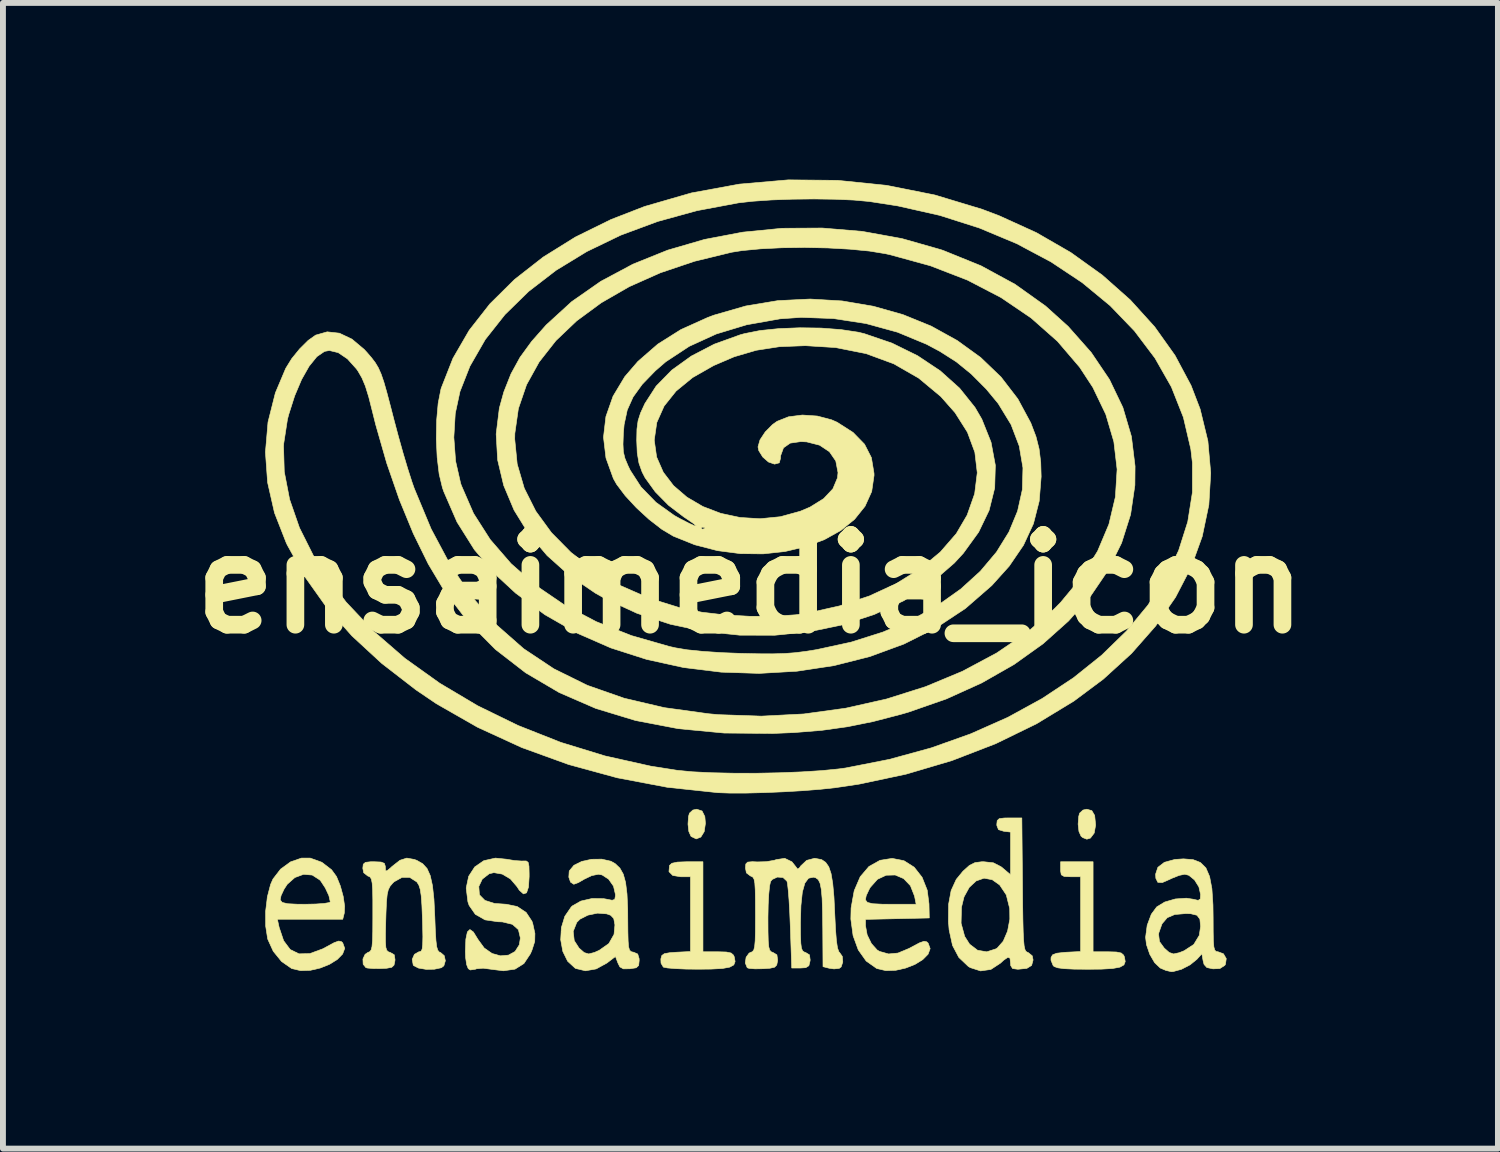
<source format=kicad_pcb>
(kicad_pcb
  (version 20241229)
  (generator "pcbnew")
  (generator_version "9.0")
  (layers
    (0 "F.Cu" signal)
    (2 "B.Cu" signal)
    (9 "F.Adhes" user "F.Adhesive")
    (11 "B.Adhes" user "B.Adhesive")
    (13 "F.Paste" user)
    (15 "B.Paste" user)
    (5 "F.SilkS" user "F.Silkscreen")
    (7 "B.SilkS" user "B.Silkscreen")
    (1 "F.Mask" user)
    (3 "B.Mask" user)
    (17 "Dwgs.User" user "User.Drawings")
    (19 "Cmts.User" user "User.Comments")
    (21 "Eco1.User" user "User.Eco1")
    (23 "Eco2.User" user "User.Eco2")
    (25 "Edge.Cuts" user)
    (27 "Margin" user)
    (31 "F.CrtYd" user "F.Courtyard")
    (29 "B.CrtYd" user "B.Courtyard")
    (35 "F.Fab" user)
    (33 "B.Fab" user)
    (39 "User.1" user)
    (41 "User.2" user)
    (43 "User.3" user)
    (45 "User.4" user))
  (footprint "ensaimedia_icon"
    (layer "F.Cu")
    (at 9.696 6.871)
    (property "Reference" "ensaimedia_icon" (at 0 0 0) (layer "F.SilkS") (effects (font (size 1.524 1.524) (thickness 0.3))))
    (attr through_hole)
    (fp_poly (pts (xy -0.822 3.853) (xy -0.775 3.947) (xy -0.765 4.063) (xy -0.786 4.204) (xy -0.843 4.296) (xy -0.921 4.327) (xy -1.007 4.286) (xy -1.011 4.281) (xy -1.047 4.201) (xy -1.061 4.076) (xy -1.052 3.946) (xy -1.036 3.89) (xy -0.978 3.837) (xy -0.913 3.823) (xy -0.822 3.853)) (stroke (width 0.01) (type solid)) (fill yes) (layer "F.SilkS"))
    (fp_poly (pts (xy 5.798 3.847) (xy 5.846 3.929) (xy 5.861 4.08) (xy 5.862 4.094) (xy 5.838 4.228) (xy 5.774 4.313) (xy 5.713 4.332) (xy 5.644 4.305) (xy 5.615 4.281) (xy 5.579 4.201) (xy 5.565 4.076) (xy 5.575 3.946) (xy 5.59 3.89) (xy 5.648 3.837) (xy 5.713 3.823) (xy 5.798 3.847)) (stroke (width 0.01) (type solid)) (fill yes) (layer "F.SilkS"))
    (fp_poly (pts (xy 5.819 6.244) (xy 6.071 6.244) (xy 6.216 6.248) (xy 6.297 6.265) (xy 6.338 6.301) (xy 6.351 6.331) (xy 6.365 6.41) (xy 6.343 6.467) (xy 6.275 6.505) (xy 6.151 6.528) (xy 5.961 6.539) (xy 5.734 6.541) (xy 5.495 6.539) (xy 5.328 6.531) (xy 5.221 6.517) (xy 5.159 6.495) (xy 5.141 6.479) (xy 5.104 6.388) (xy 5.105 6.341) (xy 5.131 6.296) (xy 5.2 6.269) (xy 5.331 6.254) (xy 5.363 6.252) (xy 5.607 6.24) (xy 5.607 4.97) (xy 5.437 4.97) (xy 5.328 4.965) (xy 5.279 4.937) (xy 5.267 4.87) (xy 5.267 4.842) (xy 5.267 4.715) (xy 5.819 4.715) (xy 5.819 6.244)) (stroke (width 0.01) (type solid)) (fill yes) (layer "F.SilkS"))
    (fp_poly (pts (xy -0.807 6.244) (xy -0.555 6.244) (xy -0.41 6.248) (xy -0.329 6.265) (xy -0.288 6.301) (xy -0.275 6.331) (xy -0.261 6.41) (xy -0.283 6.467) (xy -0.352 6.505) (xy -0.477 6.528) (xy -0.668 6.538) (xy -0.887 6.54) (xy -1.095 6.538) (xy -1.276 6.53) (xy -1.409 6.519) (xy -1.478 6.505) (xy -1.48 6.504) (xy -1.519 6.438) (xy -1.522 6.366) (xy -1.506 6.308) (xy -1.462 6.276) (xy -1.371 6.26) (xy -1.264 6.252) (xy -1.019 6.24) (xy -1.019 4.97) (xy -1.185 4.97) (xy -1.32 4.948) (xy -1.384 4.883) (xy -1.375 4.779) (xy -1.375 4.778) (xy -1.335 4.741) (xy -1.241 4.721) (xy -1.079 4.715) (xy -0.807 4.715) (xy -0.807 6.244)) (stroke (width 0.01) (type solid)) (fill yes) (layer "F.SilkS"))
    (fp_poly (pts (xy 2.608 4.698) (xy 2.781 4.808) (xy 2.915 4.979) (xy 3.002 5.198) (xy 3.032 5.431) (xy 3.037 5.67) (xy 2.495 5.682) (xy 1.954 5.694) (xy 1.954 5.803) (xy 1.982 5.957) (xy 2.054 6.105) (xy 2.152 6.214) (xy 2.192 6.238) (xy 2.345 6.281) (xy 2.505 6.266) (xy 2.692 6.188) (xy 2.743 6.161) (xy 2.87 6.093) (xy 2.947 6.066) (xy 2.994 6.075) (xy 3.018 6.098) (xy 3.052 6.191) (xy 3.016 6.286) (xy 2.925 6.378) (xy 2.793 6.459) (xy 2.635 6.521) (xy 2.466 6.559) (xy 2.299 6.564) (xy 2.151 6.53) (xy 2.14 6.525) (xy 1.965 6.401) (xy 1.831 6.212) (xy 1.743 5.97) (xy 1.705 5.688) (xy 1.709 5.501) (xy 1.734 5.362) (xy 1.952 5.362) (xy 1.986 5.406) (xy 2.076 5.428) (xy 2.235 5.436) (xy 2.384 5.437) (xy 2.814 5.437) (xy 2.787 5.3) (xy 2.717 5.122) (xy 2.601 5.001) (xy 2.458 4.94) (xy 2.304 4.944) (xy 2.157 5.013) (xy 2.035 5.15) (xy 2.017 5.182) (xy 1.966 5.29) (xy 1.952 5.362) (xy 1.734 5.362) (xy 1.762 5.207) (xy 1.864 4.97) (xy 2.012 4.796) (xy 2.201 4.69) (xy 2.407 4.658) (xy 2.608 4.698)) (stroke (width 0.01) (type solid)) (fill yes) (layer "F.SilkS"))
    (fp_poly (pts (xy -7.28 4.724) (xy -7.115 4.851) (xy -7.031 4.966) (xy -6.966 5.125) (xy -6.917 5.304) (xy -6.893 5.469) (xy -6.898 5.585) (xy -6.925 5.692) (xy -8.035 5.692) (xy -8.005 5.83) (xy -7.929 6.056) (xy -7.817 6.206) (xy -7.668 6.279) (xy -7.484 6.275) (xy -7.264 6.194) (xy -7.199 6.159) (xy -7.072 6.09) (xy -6.994 6.062) (xy -6.947 6.072) (xy -6.925 6.093) (xy -6.891 6.186) (xy -6.927 6.282) (xy -7.018 6.375) (xy -7.15 6.457) (xy -7.307 6.52) (xy -7.475 6.559) (xy -7.641 6.564) (xy -7.788 6.53) (xy -7.796 6.526) (xy -7.964 6.409) (xy -8.105 6.235) (xy -8.198 6.031) (xy -8.201 6.019) (xy -8.234 5.806) (xy -8.235 5.56) (xy -8.211 5.363) (xy -7.987 5.363) (xy -7.953 5.406) (xy -7.861 5.428) (xy -7.701 5.436) (xy -7.561 5.437) (xy -7.381 5.433) (xy -7.239 5.423) (xy -7.153 5.408) (xy -7.136 5.397) (xy -7.16 5.291) (xy -7.221 5.16) (xy -7.298 5.043) (xy -7.316 5.023) (xy -7.443 4.941) (xy -7.591 4.929) (xy -7.738 4.983) (xy -7.867 5.097) (xy -7.922 5.182) (xy -7.973 5.291) (xy -7.987 5.363) (xy -8.211 5.363) (xy -8.206 5.314) (xy -8.15 5.1) (xy -8.11 5.009) (xy -7.98 4.84) (xy -7.811 4.717) (xy -7.626 4.653) (xy -7.477 4.653) (xy -7.28 4.724)) (stroke (width 0.01) (type solid)) (fill yes) (layer "F.SilkS"))
    (fp_poly (pts (xy -4.144 4.672) (xy -4.006 4.695) (xy -3.884 4.703) (xy -3.865 4.702) (xy -3.808 4.702) (xy -3.776 4.725) (xy -3.762 4.791) (xy -3.759 4.918) (xy -3.759 4.969) (xy -3.77 5.145) (xy -3.803 5.243) (xy -3.856 5.261) (xy -3.926 5.198) (xy -3.965 5.138) (xy -4.076 5.008) (xy -4.215 4.925) (xy -4.358 4.9) (xy -4.438 4.919) (xy -4.555 5.01) (xy -4.614 5.135) (xy -4.604 5.268) (xy -4.598 5.282) (xy -4.511 5.371) (xy -4.349 5.423) (xy -4.147 5.437) (xy -3.963 5.475) (xy -3.81 5.576) (xy -3.711 5.726) (xy -3.698 5.764) (xy -3.661 5.933) (xy -3.664 6.069) (xy -3.711 6.216) (xy -3.737 6.277) (xy -3.848 6.444) (xy -3.999 6.539) (xy -4.196 6.567) (xy -4.366 6.546) (xy -4.54 6.523) (xy -4.654 6.533) (xy -4.67 6.54) (xy -4.759 6.553) (xy -4.793 6.531) (xy -4.82 6.464) (xy -4.838 6.342) (xy -4.842 6.239) (xy -4.834 6.031) (xy -4.808 5.907) (xy -4.765 5.866) (xy -4.706 5.908) (xy -4.629 6.033) (xy -4.628 6.035) (xy -4.522 6.18) (xy -4.389 6.273) (xy -4.246 6.313) (xy -4.11 6.301) (xy -3.998 6.239) (xy -3.926 6.126) (xy -3.908 6.01) (xy -3.941 5.869) (xy -4.043 5.778) (xy -4.213 5.737) (xy -4.289 5.734) (xy -4.508 5.702) (xy -4.673 5.608) (xy -4.778 5.457) (xy -4.799 5.396) (xy -4.828 5.162) (xy -4.786 4.962) (xy -4.683 4.803) (xy -4.529 4.697) (xy -4.332 4.653) (xy -4.144 4.672)) (stroke (width 0.01) (type solid)) (fill yes) (layer "F.SilkS"))
    (fp_poly (pts (xy 4.62 5.103) (xy 4.623 5.442) (xy 4.627 5.706) (xy 4.632 5.905) (xy 4.639 6.047) (xy 4.648 6.143) (xy 4.661 6.203) (xy 4.678 6.236) (xy 4.7 6.251) (xy 4.715 6.256) (xy 4.786 6.313) (xy 4.8 6.384) (xy 4.775 6.476) (xy 4.694 6.526) (xy 4.544 6.541) (xy 4.541 6.541) (xy 4.452 6.529) (xy 4.42 6.478) (xy 4.417 6.435) (xy 4.408 6.353) (xy 4.373 6.337) (xy 4.3 6.387) (xy 4.246 6.437) (xy 4.083 6.544) (xy 3.908 6.569) (xy 3.733 6.513) (xy 3.699 6.492) (xy 3.539 6.34) (xy 3.432 6.137) (xy 3.374 5.872) (xy 3.365 5.759) (xy 3.577 5.759) (xy 3.638 5.983) (xy 3.722 6.115) (xy 3.857 6.218) (xy 4.013 6.245) (xy 4.17 6.194) (xy 4.192 6.18) (xy 4.293 6.065) (xy 4.367 5.893) (xy 4.405 5.691) (xy 4.403 5.511) (xy 4.345 5.278) (xy 4.232 5.109) (xy 4.106 5.02) (xy 3.967 4.994) (xy 3.833 5.041) (xy 3.716 5.15) (xy 3.627 5.312) (xy 3.584 5.487) (xy 3.577 5.759) (xy 3.365 5.759) (xy 3.362 5.733) (xy 3.365 5.438) (xy 3.408 5.205) (xy 3.495 5.015) (xy 3.609 4.876) (xy 3.719 4.777) (xy 3.813 4.73) (xy 3.929 4.715) (xy 3.963 4.715) (xy 4.126 4.733) (xy 4.255 4.799) (xy 4.287 4.825) (xy 4.417 4.935) (xy 4.417 4.211) (xy 4.301 4.197) (xy 4.213 4.17) (xy 4.185 4.101) (xy 4.184 4.078) (xy 4.191 4.015) (xy 4.226 3.983) (xy 4.311 3.972) (xy 4.396 3.971) (xy 4.609 3.971) (xy 4.62 5.103)) (stroke (width 0.01) (type solid)) (fill yes) (layer "F.SilkS"))
    (fp_poly (pts (xy 7.517 4.679) (xy 7.642 4.728) (xy 7.735 4.82) (xy 7.798 4.966) (xy 7.837 5.172) (xy 7.855 5.448) (xy 7.858 5.669) (xy 7.859 5.9) (xy 7.862 6.059) (xy 7.87 6.16) (xy 7.885 6.215) (xy 7.908 6.239) (xy 7.941 6.244) (xy 7.941 6.244) (xy 8.033 6.278) (xy 8.081 6.36) (xy 8.067 6.457) (xy 8.056 6.475) (xy 7.972 6.529) (xy 7.856 6.534) (xy 7.752 6.512) (xy 7.704 6.459) (xy 7.688 6.398) (xy 7.667 6.277) (xy 7.582 6.372) (xy 7.466 6.466) (xy 7.319 6.542) (xy 7.179 6.58) (xy 7.148 6.582) (xy 7.056 6.561) (xy 6.96 6.52) (xy 6.865 6.43) (xy 6.782 6.287) (xy 6.726 6.123) (xy 6.711 5.999) (xy 6.719 5.938) (xy 6.93 5.938) (xy 6.947 6.071) (xy 7.028 6.182) (xy 7.112 6.256) (xy 7.186 6.281) (xy 7.282 6.26) (xy 7.365 6.227) (xy 7.529 6.12) (xy 7.623 5.965) (xy 7.645 5.812) (xy 7.633 5.69) (xy 7.584 5.624) (xy 7.479 5.598) (xy 7.395 5.595) (xy 7.206 5.611) (xy 7.079 5.665) (xy 6.994 5.764) (xy 6.987 5.777) (xy 6.93 5.938) (xy 6.719 5.938) (xy 6.738 5.794) (xy 6.808 5.607) (xy 6.9 5.482) (xy 7.036 5.399) (xy 7.216 5.347) (xy 7.403 5.334) (xy 7.515 5.351) (xy 7.604 5.371) (xy 7.64 5.347) (xy 7.645 5.27) (xy 7.616 5.142) (xy 7.542 5.024) (xy 7.445 4.945) (xy 7.376 4.927) (xy 7.28 4.947) (xy 7.157 4.996) (xy 7.122 5.013) (xy 6.994 5.069) (xy 6.919 5.065) (xy 6.885 4.996) (xy 6.881 4.926) (xy 6.92 4.809) (xy 7.031 4.724) (xy 7.208 4.676) (xy 7.354 4.666) (xy 7.517 4.679)) (stroke (width 0.01) (type solid)) (fill yes) (layer "F.SilkS"))
    (fp_poly (pts (xy -2.369 4.707) (xy -2.298 4.747) (xy -2.218 4.823) (xy -2.16 4.926) (xy -2.121 5.067) (xy -2.097 5.261) (xy -2.085 5.519) (xy -2.084 5.678) (xy -2.082 5.905) (xy -2.078 6.061) (xy -2.07 6.16) (xy -2.054 6.215) (xy -2.029 6.241) (xy -1.992 6.251) (xy -1.986 6.251) (xy -1.915 6.282) (xy -1.891 6.361) (xy -1.89 6.392) (xy -1.899 6.477) (xy -1.941 6.516) (xy -2.042 6.532) (xy -2.049 6.533) (xy -2.159 6.534) (xy -2.218 6.501) (xy -2.251 6.435) (xy -2.293 6.324) (xy -2.438 6.435) (xy -2.62 6.535) (xy -2.803 6.567) (xy -2.967 6.528) (xy -2.978 6.522) (xy -3.105 6.405) (xy -3.187 6.238) (xy -3.223 6.04) (xy -3.215 5.898) (xy -3.011 5.898) (xy -2.993 6.055) (xy -2.911 6.182) (xy -2.824 6.258) (xy -2.747 6.281) (xy -2.648 6.255) (xy -2.568 6.219) (xy -2.405 6.104) (xy -2.317 5.949) (xy -2.302 5.788) (xy -2.322 5.679) (xy -2.374 5.624) (xy -2.442 5.6) (xy -2.598 5.588) (xy -2.761 5.622) (xy -2.897 5.691) (xy -2.95 5.745) (xy -3.011 5.898) (xy -3.215 5.898) (xy -3.212 5.835) (xy -3.153 5.642) (xy -3.045 5.484) (xy -3.025 5.465) (xy -2.881 5.383) (xy -2.694 5.34) (xy -2.5 5.341) (xy -2.453 5.349) (xy -2.35 5.369) (xy -2.305 5.355) (xy -2.294 5.296) (xy -2.294 5.268) (xy -2.326 5.13) (xy -2.409 5.011) (xy -2.52 4.939) (xy -2.583 4.927) (xy -2.698 4.951) (xy -2.819 5.009) (xy -2.825 5.012) (xy -2.923 5.069) (xy -2.996 5.096) (xy -3.002 5.097) (xy -3.056 5.061) (xy -3.085 4.977) (xy -3.079 4.88) (xy -3.075 4.868) (xy -2.998 4.775) (xy -2.864 4.709) (xy -2.698 4.673) (xy -2.525 4.671) (xy -2.369 4.707)) (stroke (width 0.01) (type solid)) (fill yes) (layer "F.SilkS"))
    (fp_poly (pts (xy -5.709 4.676) (xy -5.666 4.692) (xy -5.568 4.748) (xy -5.493 4.83) (xy -5.439 4.95) (xy -5.401 5.12) (xy -5.376 5.35) (xy -5.361 5.654) (xy -5.361 5.656) (xy -5.352 5.89) (xy -5.342 6.053) (xy -5.329 6.158) (xy -5.311 6.218) (xy -5.286 6.248) (xy -5.262 6.258) (xy -5.201 6.31) (xy -5.182 6.397) (xy -5.207 6.481) (xy -5.249 6.515) (xy -5.372 6.541) (xy -5.512 6.542) (xy -5.638 6.521) (xy -5.719 6.48) (xy -5.728 6.468) (xy -5.745 6.373) (xy -5.707 6.287) (xy -5.631 6.244) (xy -5.621 6.244) (xy -5.594 6.234) (xy -5.576 6.198) (xy -5.567 6.12) (xy -5.564 5.99) (xy -5.568 5.792) (xy -5.571 5.694) (xy -5.58 5.46) (xy -5.592 5.294) (xy -5.609 5.183) (xy -5.633 5.11) (xy -5.666 5.059) (xy -5.668 5.057) (xy -5.786 4.982) (xy -5.921 4.982) (xy -6.052 5.055) (xy -6.077 5.079) (xy -6.121 5.131) (xy -6.151 5.19) (xy -6.17 5.272) (xy -6.182 5.395) (xy -6.19 5.576) (xy -6.194 5.71) (xy -6.199 5.928) (xy -6.199 6.076) (xy -6.193 6.169) (xy -6.177 6.22) (xy -6.15 6.245) (xy -6.117 6.256) (xy -6.05 6.295) (xy -6.037 6.378) (xy -6.039 6.4) (xy -6.054 6.471) (xy -6.093 6.508) (xy -6.179 6.524) (xy -6.265 6.528) (xy -6.399 6.529) (xy -6.501 6.521) (xy -6.531 6.514) (xy -6.578 6.456) (xy -6.582 6.367) (xy -6.545 6.287) (xy -6.499 6.256) (xy -6.466 6.243) (xy -6.443 6.214) (xy -6.428 6.156) (xy -6.419 6.056) (xy -6.415 5.901) (xy -6.414 5.677) (xy -6.414 5.607) (xy -6.414 5.363) (xy -6.417 5.192) (xy -6.425 5.079) (xy -6.438 5.012) (xy -6.459 4.976) (xy -6.489 4.96) (xy -6.499 4.957) (xy -6.569 4.902) (xy -6.584 4.825) (xy -6.576 4.757) (xy -6.539 4.725) (xy -6.449 4.715) (xy -6.392 4.715) (xy -6.274 4.72) (xy -6.218 4.742) (xy -6.202 4.792) (xy -6.201 4.808) (xy -6.198 4.865) (xy -6.175 4.87) (xy -6.115 4.821) (xy -6.085 4.793) (xy -5.953 4.69) (xy -5.837 4.653) (xy -5.709 4.676)) (stroke (width 0.01) (type solid)) (fill yes) (layer "F.SilkS"))
    (fp_poly (pts (xy 1.209 4.679) (xy 1.277 4.725) (xy 1.33 4.801) (xy 1.369 4.916) (xy 1.397 5.083) (xy 1.418 5.313) (xy 1.432 5.607) (xy 1.445 5.87) (xy 1.46 6.058) (xy 1.478 6.179) (xy 1.501 6.243) (xy 1.514 6.257) (xy 1.56 6.323) (xy 1.568 6.418) (xy 1.54 6.501) (xy 1.508 6.526) (xy 1.419 6.535) (xy 1.338 6.524) (xy 1.232 6.497) (xy 1.228 5.85) (xy 1.224 5.557) (xy 1.217 5.339) (xy 1.203 5.183) (xy 1.182 5.08) (xy 1.151 5.018) (xy 1.108 4.987) (xy 1.07 4.977) (xy 0.986 4.995) (xy 0.924 5.078) (xy 0.881 5.231) (xy 0.857 5.459) (xy 0.849 5.749) (xy 0.85 5.959) (xy 0.855 6.098) (xy 0.866 6.184) (xy 0.886 6.229) (xy 0.918 6.251) (xy 0.938 6.257) (xy 1.002 6.296) (xy 1.014 6.382) (xy 1.012 6.4) (xy 0.992 6.481) (xy 0.939 6.514) (xy 0.849 6.52) (xy 0.701 6.52) (xy 0.677 5.819) (xy 0.667 5.579) (xy 0.655 5.365) (xy 0.641 5.193) (xy 0.628 5.079) (xy 0.619 5.044) (xy 0.553 4.983) (xy 0.457 4.975) (xy 0.369 5.016) (xy 0.341 5.052) (xy 0.325 5.124) (xy 0.311 5.262) (xy 0.301 5.447) (xy 0.297 5.659) (xy 0.297 5.684) (xy 0.298 5.909) (xy 0.302 6.064) (xy 0.311 6.162) (xy 0.327 6.217) (xy 0.353 6.245) (xy 0.385 6.257) (xy 0.449 6.296) (xy 0.461 6.382) (xy 0.46 6.4) (xy 0.446 6.469) (xy 0.41 6.506) (xy 0.33 6.524) (xy 0.211 6.532) (xy 0.076 6.534) (xy -0.023 6.526) (xy -0.055 6.515) (xy -0.088 6.434) (xy -0.074 6.337) (xy -0.023 6.267) (xy 0 6.256) (xy 0.033 6.243) (xy 0.056 6.214) (xy 0.071 6.156) (xy 0.08 6.056) (xy 0.084 5.901) (xy 0.085 5.677) (xy 0.085 5.607) (xy 0.084 5.363) (xy 0.081 5.192) (xy 0.074 5.079) (xy 0.061 5.012) (xy 0.04 4.976) (xy 0.01 4.96) (xy 0 4.957) (xy -0.069 4.904) (xy -0.085 4.821) (xy -0.079 4.753) (xy -0.048 4.721) (xy 0.033 4.714) (xy 0.117 4.718) (xy 0.267 4.714) (xy 0.402 4.691) (xy 0.438 4.679) (xy 0.582 4.657) (xy 0.704 4.716) (xy 0.763 4.79) (xy 0.801 4.84) (xy 0.834 4.817) (xy 0.853 4.787) (xy 0.954 4.692) (xy 1.09 4.656) (xy 1.209 4.679)) (stroke (width 0.01) (type solid)) (fill yes) (layer "F.SilkS"))
    (fp_poly (pts (xy 1.478 -6.858) (xy 2.311 -6.773) (xy 3.132 -6.609) (xy 3.933 -6.367) (xy 4.226 -6.256) (xy 4.857 -5.969) (xy 5.441 -5.632) (xy 5.975 -5.249) (xy 6.451 -4.827) (xy 6.865 -4.37) (xy 7.211 -3.884) (xy 7.483 -3.374) (xy 7.637 -2.973) (xy 7.769 -2.431) (xy 7.817 -1.887) (xy 7.785 -1.346) (xy 7.673 -0.811) (xy 7.484 -0.287) (xy 7.22 0.222) (xy 6.882 0.711) (xy 6.472 1.177) (xy 5.992 1.614) (xy 5.492 1.987) (xy 4.858 2.372) (xy 4.164 2.71) (xy 3.421 2.997) (xy 2.644 3.227) (xy 1.844 3.397) (xy 1.441 3.457) (xy 1.191 3.484) (xy 0.891 3.508) (xy 0.565 3.527) (xy 0.234 3.541) (xy -0.079 3.549) (xy -0.351 3.549) (xy -0.552 3.542) (xy -1.414 3.45) (xy -2.263 3.289) (xy -3.09 3.063) (xy -3.885 2.775) (xy -4.636 2.43) (xy -5.334 2.031) (xy -5.681 1.796) (xy -6.265 1.344) (xy -6.769 0.879) (xy -7.2 0.393) (xy -7.564 -0.119) (xy -7.867 -0.665) (xy -7.885 -0.703) (xy -8.084 -1.212) (xy -8.201 -1.727) (xy -8.238 -2.243) (xy -8.227 -2.364) (xy -7.931 -2.364) (xy -7.918 -1.909) (xy -7.827 -1.438) (xy -7.66 -0.957) (xy -7.417 -0.472) (xy -7.259 -0.217) (xy -6.867 0.306) (xy -6.4 0.8) (xy -5.868 1.261) (xy -5.276 1.684) (xy -4.633 2.066) (xy -3.946 2.401) (xy -3.223 2.687) (xy -2.47 2.918) (xy -1.696 3.091) (xy -1.245 3.162) (xy -0.989 3.187) (xy -0.667 3.203) (xy -0.302 3.211) (xy 0.089 3.212) (xy 0.485 3.204) (xy 0.866 3.189) (xy 1.212 3.167) (xy 1.504 3.138) (xy 1.614 3.123) (xy 2.36 2.976) (xy 3.071 2.781) (xy 3.742 2.542) (xy 4.372 2.262) (xy 4.954 1.943) (xy 5.487 1.59) (xy 5.966 1.206) (xy 6.388 0.795) (xy 6.749 0.359) (xy 7.045 -0.097) (xy 7.272 -0.571) (xy 7.427 -1.059) (xy 7.506 -1.558) (xy 7.506 -2.063) (xy 7.479 -2.294) (xy 7.353 -2.833) (xy 7.149 -3.349) (xy 6.87 -3.839) (xy 6.522 -4.3) (xy 6.109 -4.729) (xy 5.634 -5.121) (xy 5.103 -5.474) (xy 4.52 -5.784) (xy 3.889 -6.048) (xy 3.215 -6.263) (xy 2.502 -6.424) (xy 2.018 -6.499) (xy 1.757 -6.523) (xy 1.437 -6.537) (xy 1.081 -6.542) (xy 0.712 -6.538) (xy 0.356 -6.525) (xy 0.037 -6.503) (xy -0.202 -6.476) (xy -0.91 -6.343) (xy -1.578 -6.159) (xy -2.203 -5.927) (xy -2.779 -5.649) (xy -3.302 -5.33) (xy -3.767 -4.972) (xy -4.169 -4.579) (xy -4.504 -4.155) (xy -4.765 -3.701) (xy -4.934 -3.271) (xy -5.014 -2.898) (xy -5.038 -2.493) (xy -5.008 -2.088) (xy -4.923 -1.714) (xy -4.911 -1.678) (xy -4.704 -1.202) (xy -4.42 -0.757) (xy -4.066 -0.348) (xy -3.644 0.023) (xy -3.16 0.353) (xy -2.618 0.638) (xy -2.022 0.874) (xy -1.376 1.059) (xy -1.274 1.082) (xy -1.078 1.115) (xy -0.81 1.142) (xy -0.484 1.164) (xy -0.17 1.176) (xy 0.136 1.183) (xy 0.38 1.184) (xy 0.583 1.178) (xy 0.767 1.164) (xy 0.953 1.14) (xy 1.126 1.112) (xy 1.71 0.985) (xy 2.25 0.814) (xy 2.742 0.604) (xy 3.183 0.359) (xy 3.572 0.083) (xy 3.904 -0.219) (xy 4.178 -0.544) (xy 4.39 -0.886) (xy 4.537 -1.241) (xy 4.618 -1.606) (xy 4.628 -1.975) (xy 4.565 -2.345) (xy 4.426 -2.71) (xy 4.208 -3.067) (xy 4.005 -3.313) (xy 3.749 -3.57) (xy 3.497 -3.775) (xy 3.216 -3.954) (xy 2.989 -4.075) (xy 2.497 -4.279) (xy 1.962 -4.426) (xy 1.409 -4.511) (xy 0.86 -4.531) (xy 0.502 -4.506) (xy -0.065 -4.405) (xy -0.58 -4.249) (xy -1.04 -4.039) (xy -1.438 -3.777) (xy -1.615 -3.624) (xy -1.838 -3.394) (xy -1.994 -3.178) (xy -2.093 -2.957) (xy -2.146 -2.71) (xy -2.159 -2.559) (xy -2.165 -2.377) (xy -2.159 -2.247) (xy -2.132 -2.136) (xy -2.08 -2.012) (xy -2.043 -1.935) (xy -1.859 -1.65) (xy -1.605 -1.389) (xy -1.294 -1.166) (xy -1.201 -1.114) (xy -1.037 -1.03) (xy -0.943 -0.988) (xy -0.92 -0.988) (xy -0.97 -1.031) (xy -1.092 -1.115) (xy -1.13 -1.14) (xy -1.391 -1.339) (xy -1.617 -1.568) (xy -1.789 -1.806) (xy -1.84 -1.904) (xy -1.894 -2.056) (xy -1.923 -2.229) (xy -1.932 -2.443) (xy -1.928 -2.632) (xy -1.909 -2.774) (xy -1.867 -2.906) (xy -1.793 -3.067) (xy -1.793 -3.067) (xy -1.602 -3.363) (xy -1.337 -3.634) (xy -1.005 -3.873) (xy -0.616 -4.075) (xy -0.176 -4.234) (xy -0.104 -4.254) (xy 0.162 -4.307) (xy 0.484 -4.34) (xy 0.838 -4.354) (xy 1.198 -4.349) (xy 1.537 -4.323) (xy 1.83 -4.279) (xy 1.933 -4.254) (xy 2.404 -4.093) (xy 2.837 -3.88) (xy 3.223 -3.623) (xy 3.552 -3.328) (xy 3.813 -3.002) (xy 3.929 -2.803) (xy 4.086 -2.41) (xy 4.159 -2.019) (xy 4.148 -1.633) (xy 4.053 -1.253) (xy 3.875 -0.883) (xy 3.615 -0.524) (xy 3.462 -0.358) (xy 3.061 -0.01) (xy 2.605 0.281) (xy 2.103 0.515) (xy 1.565 0.691) (xy 0.998 0.809) (xy 0.413 0.868) (xy -0.181 0.867) (xy -0.776 0.805) (xy -1.361 0.681) (xy -1.928 0.495) (xy -2.468 0.246) (xy -2.634 0.153) (xy -3.075 -0.147) (xy -3.454 -0.486) (xy -3.769 -0.858) (xy -4.015 -1.257) (xy -4.191 -1.676) (xy -4.294 -2.109) (xy -4.319 -2.549) (xy -4.265 -2.989) (xy -4.189 -3.264) (xy -4.067 -3.572) (xy -3.914 -3.851) (xy -3.716 -4.123) (xy -3.47 -4.401) (xy -3.037 -4.797) (xy -2.543 -5.142) (xy -1.997 -5.434) (xy -1.407 -5.672) (xy -0.782 -5.854) (xy -0.131 -5.978) (xy 0.539 -6.044) (xy 1.218 -6.048) (xy 1.899 -5.991) (xy 2.572 -5.869) (xy 3.23 -5.682) (xy 3.274 -5.667) (xy 3.915 -5.407) (xy 4.493 -5.093) (xy 5.011 -4.724) (xy 5.396 -4.377) (xy 5.787 -3.935) (xy 6.097 -3.476) (xy 6.325 -3) (xy 6.47 -2.508) (xy 6.532 -2.003) (xy 6.529 -1.68) (xy 6.456 -1.182) (xy 6.303 -0.699) (xy 6.073 -0.233) (xy 5.772 0.21) (xy 5.402 0.626) (xy 4.969 1.013) (xy 4.476 1.365) (xy 3.927 1.678) (xy 3.326 1.95) (xy 2.677 2.176) (xy 2.548 2.213) (xy 2.082 2.334) (xy 1.647 2.422) (xy 1.211 2.483) (xy 0.743 2.521) (xy 0.382 2.536) (xy -0.447 2.529) (xy -1.225 2.455) (xy -1.952 2.316) (xy -2.627 2.111) (xy -3.249 1.841) (xy -3.818 1.506) (xy -4.332 1.108) (xy -4.792 0.645) (xy -5.196 0.118) (xy -5.206 0.103) (xy -5.472 -0.342) (xy -5.726 -0.859) (xy -5.963 -1.435) (xy -6.178 -2.056) (xy -6.365 -2.709) (xy -6.42 -2.929) (xy -6.483 -3.178) (xy -6.54 -3.363) (xy -6.599 -3.503) (xy -6.666 -3.619) (xy -6.692 -3.656) (xy -6.845 -3.826) (xy -7.002 -3.932) (xy -7.152 -3.968) (xy -7.234 -3.953) (xy -7.364 -3.864) (xy -7.496 -3.701) (xy -7.624 -3.475) (xy -7.742 -3.196) (xy -7.844 -2.876) (xy -7.864 -2.798) (xy -7.931 -2.364) (xy -8.227 -2.364) (xy -8.194 -2.752) (xy -8.069 -3.248) (xy -7.893 -3.665) (xy -7.791 -3.83) (xy -7.656 -3.996) (xy -7.512 -4.139) (xy -7.385 -4.229) (xy -7.189 -4.285) (xy -6.981 -4.262) (xy -6.768 -4.161) (xy -6.561 -3.987) (xy -6.514 -3.936) (xy -6.435 -3.844) (xy -6.372 -3.761) (xy -6.32 -3.674) (xy -6.273 -3.568) (xy -6.226 -3.431) (xy -6.174 -3.248) (xy -6.11 -3.005) (xy -6.056 -2.795) (xy -5.982 -2.517) (xy -5.902 -2.231) (xy -5.822 -1.963) (xy -5.75 -1.738) (xy -5.711 -1.627) (xy -5.425 -0.94) (xy -5.098 -0.327) (xy -4.729 0.216) (xy -4.315 0.69) (xy -3.852 1.097) (xy -3.338 1.439) (xy -2.77 1.719) (xy -2.145 1.938) (xy -1.462 2.098) (xy -0.716 2.201) (xy -0.542 2.217) (xy 0.184 2.242) (xy 0.907 2.205) (xy 1.619 2.107) (xy 2.311 1.951) (xy 2.975 1.741) (xy 3.601 1.48) (xy 4.181 1.17) (xy 4.705 0.814) (xy 5.165 0.415) (xy 5.269 0.309) (xy 5.623 -0.118) (xy 5.896 -0.561) (xy 6.088 -1.017) (xy 6.198 -1.481) (xy 6.227 -1.95) (xy 6.172 -2.419) (xy 6.035 -2.884) (xy 5.815 -3.342) (xy 5.591 -3.684) (xy 5.214 -4.125) (xy 4.767 -4.52) (xy 4.256 -4.867) (xy 3.685 -5.164) (xy 3.056 -5.407) (xy 2.375 -5.594) (xy 2.294 -5.612) (xy 2.02 -5.657) (xy 1.686 -5.689) (xy 1.312 -5.71) (xy 0.921 -5.718) (xy 0.533 -5.713) (xy 0.172 -5.695) (xy -0.143 -5.665) (xy -0.319 -5.637) (xy -0.948 -5.484) (xy -1.53 -5.288) (xy -2.06 -5.052) (xy -2.535 -4.778) (xy -2.951 -4.472) (xy -3.304 -4.136) (xy -3.589 -3.773) (xy -3.803 -3.387) (xy -3.942 -2.981) (xy -4.002 -2.56) (xy -4.004 -2.464) (xy -3.962 -2.039) (xy -3.842 -1.629) (xy -3.646 -1.239) (xy -3.38 -0.874) (xy -3.049 -0.539) (xy -2.658 -0.238) (xy -2.211 0.024) (xy -1.714 0.241) (xy -1.17 0.41) (xy -1.168 0.41) (xy -0.826 0.477) (xy -0.433 0.523) (xy -0.017 0.546) (xy 0.392 0.546) (xy 0.767 0.521) (xy 0.961 0.494) (xy 1.512 0.37) (xy 2.02 0.201) (xy 2.479 -0.011) (xy 2.882 -0.261) (xy 3.224 -0.545) (xy 3.496 -0.858) (xy 3.68 -1.172) (xy 3.808 -1.536) (xy 3.852 -1.892) (xy 3.811 -2.24) (xy 3.685 -2.58) (xy 3.475 -2.912) (xy 3.232 -3.187) (xy 2.857 -3.499) (xy 2.434 -3.742) (xy 1.964 -3.915) (xy 1.447 -4.018) (xy 0.934 -4.05) (xy 0.493 -4.033) (xy 0.099 -3.972) (xy -0.276 -3.862) (xy -0.624 -3.713) (xy -0.982 -3.509) (xy -1.263 -3.279) (xy -1.467 -3.024) (xy -1.591 -2.746) (xy -1.634 -2.449) (xy -1.634 -2.442) (xy -1.594 -2.159) (xy -1.481 -1.901) (xy -1.306 -1.672) (xy -1.079 -1.477) (xy -0.808 -1.318) (xy -0.504 -1.202) (xy -0.177 -1.132) (xy 0.164 -1.111) (xy 0.508 -1.145) (xy 0.846 -1.238) (xy 1.013 -1.309) (xy 1.243 -1.452) (xy 1.4 -1.619) (xy 1.478 -1.805) (xy 1.487 -1.894) (xy 1.449 -2.092) (xy 1.341 -2.249) (xy 1.174 -2.36) (xy 0.955 -2.416) (xy 0.854 -2.421) (xy 0.675 -2.395) (xy 0.561 -2.315) (xy 0.512 -2.181) (xy 0.51 -2.136) (xy 0.489 -2.06) (xy 0.412 -2.039) (xy 0.407 -2.039) (xy 0.306 -2.074) (xy 0.208 -2.16) (xy 0.141 -2.268) (xy 0.128 -2.331) (xy 0.162 -2.45) (xy 0.251 -2.585) (xy 0.375 -2.71) (xy 0.452 -2.765) (xy 0.646 -2.842) (xy 0.882 -2.872) (xy 1.135 -2.855) (xy 1.375 -2.792) (xy 1.471 -2.75) (xy 1.743 -2.576) (xy 1.937 -2.377) (xy 2.054 -2.148) (xy 2.098 -1.883) (xy 2.099 -1.848) (xy 2.059 -1.573) (xy 1.946 -1.323) (xy 1.769 -1.102) (xy 1.536 -0.912) (xy 1.255 -0.756) (xy 0.935 -0.636) (xy 0.585 -0.554) (xy 0.214 -0.514) (xy -0.171 -0.518) (xy -0.561 -0.569) (xy -0.947 -0.669) (xy -1.31 -0.815) (xy -1.509 -0.934) (xy -1.545 -0.963) (xy -0.835 -0.963) (xy -0.83 -0.938) (xy -0.807 -0.934) (xy -0.772 -0.95) (xy -0.779 -0.963) (xy -0.829 -0.968) (xy -0.835 -0.963) (xy -1.545 -0.963) (xy -1.724 -1.101) (xy -1.937 -1.297) (xy -2.127 -1.502) (xy -2.273 -1.696) (xy -2.328 -1.793) (xy -2.454 -2.142) (xy -2.496 -2.495) (xy -2.455 -2.846) (xy -2.334 -3.191) (xy -2.134 -3.524) (xy -1.911 -3.783) (xy -1.574 -4.076) (xy -1.182 -4.323) (xy -0.723 -4.53) (xy -0.618 -4.569) (xy -0.08 -4.724) (xy 0.466 -4.815) (xy 1.014 -4.842) (xy 1.556 -4.81) (xy 2.085 -4.72) (xy 2.591 -4.577) (xy 3.07 -4.382) (xy 3.511 -4.138) (xy 3.909 -3.85) (xy 4.255 -3.518) (xy 4.541 -3.146) (xy 4.761 -2.738) (xy 4.849 -2.506) (xy 4.902 -2.297) (xy 4.93 -2.068) (xy 4.937 -1.826) (xy 4.904 -1.411) (xy 4.806 -1.026) (xy 4.637 -0.661) (xy 4.394 -0.305) (xy 4.099 0.023) (xy 3.651 0.413) (xy 3.151 0.744) (xy 2.607 1.017) (xy 2.027 1.23) (xy 1.418 1.384) (xy 0.789 1.479) (xy 0.148 1.516) (xy -0.496 1.495) (xy -1.137 1.416) (xy -1.764 1.278) (xy -2.372 1.083) (xy -2.95 0.83) (xy -3.492 0.519) (xy -3.989 0.152) (xy -4.317 -0.151) (xy -4.688 -0.584) (xy -4.984 -1.055) (xy -5.209 -1.573) (xy -5.232 -1.639) (xy -5.287 -1.868) (xy -5.321 -2.152) (xy -5.336 -2.466) (xy -5.33 -2.781) (xy -5.304 -3.072) (xy -5.257 -3.312) (xy -5.25 -3.334) (xy -5.053 -3.835) (xy -4.777 -4.311) (xy -4.427 -4.758) (xy -4.007 -5.174) (xy -3.521 -5.554) (xy -2.973 -5.895) (xy -2.368 -6.193) (xy -1.799 -6.414) (xy -1.004 -6.644) (xy -0.188 -6.794) (xy 0.642 -6.866) (xy 1.478 -6.858)) (stroke (width 0.01) (type solid)) (fill yes) (layer "F.SilkS")))
  (gr_rect
    (start -3 -3)
    (end 22.391 16.458)
    (stroke (width 0.1) (type default))
    (fill no)
    (layer "Edge.Cuts")))
</source>
